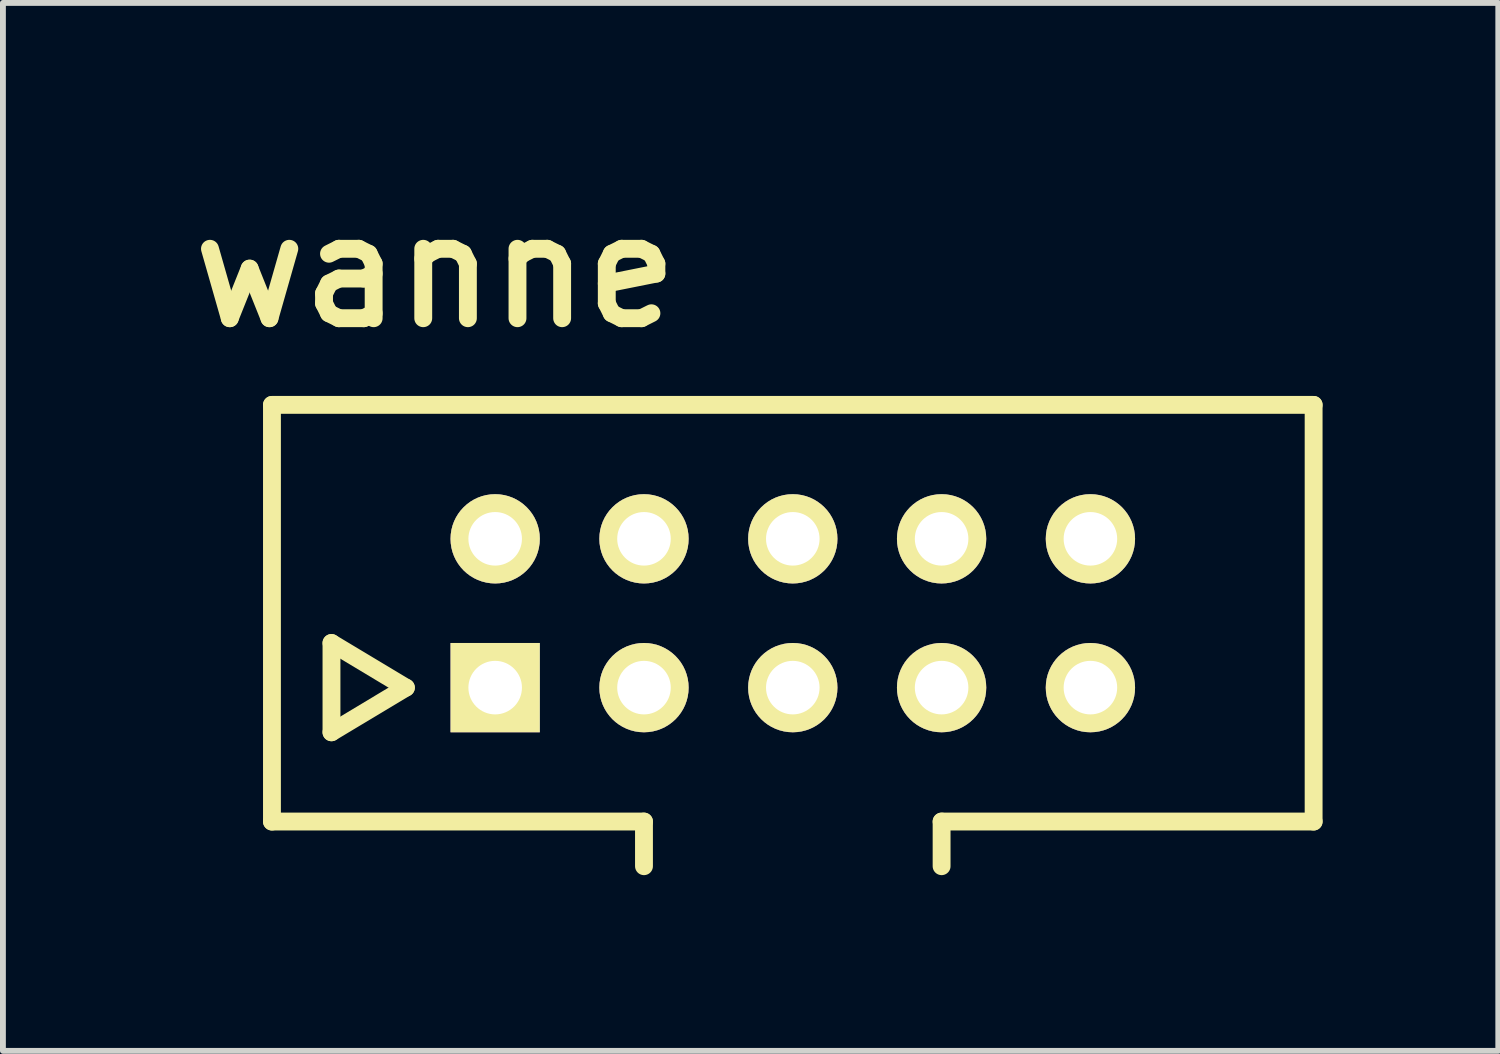
<source format=kicad_pcb>
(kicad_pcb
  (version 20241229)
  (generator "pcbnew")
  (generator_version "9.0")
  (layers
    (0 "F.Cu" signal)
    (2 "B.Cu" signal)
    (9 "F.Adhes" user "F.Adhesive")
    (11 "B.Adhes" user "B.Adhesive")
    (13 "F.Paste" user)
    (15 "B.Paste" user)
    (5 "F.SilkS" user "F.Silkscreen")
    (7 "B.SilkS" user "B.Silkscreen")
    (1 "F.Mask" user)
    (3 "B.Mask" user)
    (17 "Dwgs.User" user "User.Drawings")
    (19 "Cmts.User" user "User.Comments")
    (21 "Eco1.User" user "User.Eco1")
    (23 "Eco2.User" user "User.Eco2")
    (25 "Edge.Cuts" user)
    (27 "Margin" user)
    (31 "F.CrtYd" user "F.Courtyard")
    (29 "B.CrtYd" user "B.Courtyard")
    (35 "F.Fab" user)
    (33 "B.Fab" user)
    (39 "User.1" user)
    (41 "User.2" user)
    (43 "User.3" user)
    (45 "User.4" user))
  (footprint "wanne"
    (layer "F.Cu")
    (at 10.482 7.417)
    (property "Reference" "wanne" (at -6.096 -5.842 0) (layer "F.SilkS") (effects (font (size 1.778 1.778) (thickness 0.305))))
    (attr through_hole)
    (fp_line (start -8.89 -3.556) (end 8.89 -3.556) (stroke (width 0.305) (type solid)) (layer "F.SilkS"))
    (fp_line (start -8.89 3.556) (end -8.89 -3.556) (stroke (width 0.305) (type solid)) (layer "F.SilkS"))
    (fp_line (start -7.874 0.508) (end -7.874 2.032) (stroke (width 0.305) (type solid)) (layer "F.SilkS"))
    (fp_line (start -7.874 2.032) (end -6.604 1.27) (stroke (width 0.305) (type solid)) (layer "F.SilkS"))
    (fp_line (start -6.604 1.27) (end -7.874 0.508) (stroke (width 0.305) (type solid)) (layer "F.SilkS"))
    (fp_line (start -2.54 3.556) (end -8.89 3.556) (stroke (width 0.305) (type solid)) (layer "F.SilkS"))
    (fp_line (start -2.54 4.318) (end -2.54 3.556) (stroke (width 0.305) (type solid)) (layer "F.SilkS"))
    (fp_line (start 2.54 3.556) (end 2.54 4.318) (stroke (width 0.305) (type solid)) (layer "F.SilkS"))
    (fp_line (start 8.89 3.556) (end 2.54 3.556) (stroke (width 0.305) (type solid)) (layer "F.SilkS"))
    (fp_line (start 8.89 3.556) (end 8.89 -3.556) (stroke (width 0.305) (type solid)) (layer "F.SilkS"))
    (pad "1" thru_hole rect (at -5.08 1.27) (size 1.524 1.524) (drill 0.914) (layers "*.Cu" "*.Mask" "F.SilkS"))
    (pad "2" thru_hole circle (at -5.08 -1.27) (size 1.524 1.524) (drill 0.914) (layers "*.Cu" "*.Mask" "F.SilkS"))
    (pad "3" thru_hole circle (at -2.54 1.27) (size 1.524 1.524) (drill 0.914) (layers "*.Cu" "*.Mask" "F.SilkS"))
    (pad "4" thru_hole circle (at -2.54 -1.27) (size 1.524 1.524) (drill 0.914) (layers "*.Cu" "*.Mask" "F.SilkS"))
    (pad "5" thru_hole circle (at 0 1.27) (size 1.524 1.524) (drill 0.914) (layers "*.Cu" "*.Mask" "F.SilkS"))
    (pad "6" thru_hole circle (at 0 -1.27) (size 1.524 1.524) (drill 0.914) (layers "*.Cu" "*.Mask" "F.SilkS"))
    (pad "7" thru_hole circle (at 2.54 1.27) (size 1.524 1.524) (drill 0.914) (layers "*.Cu" "*.Mask" "F.SilkS"))
    (pad "8" thru_hole circle (at 2.54 -1.27) (size 1.524 1.524) (drill 0.914) (layers "*.Cu" "*.Mask" "F.SilkS"))
    (pad "9" thru_hole circle (at 5.08 1.27) (size 1.524 1.524) (drill 0.914) (layers "*.Cu" "*.Mask" "F.SilkS"))
    (pad "10" thru_hole circle (at 5.08 -1.27) (size 1.524 1.524) (drill 0.914) (layers "*.Cu" "*.Mask" "F.SilkS")))
  (gr_rect
    (start -3 -3)
    (end 22.524 14.887)
    (stroke (width 0.1) (type default))
    (fill no)
    (layer "Edge.Cuts")))
</source>
